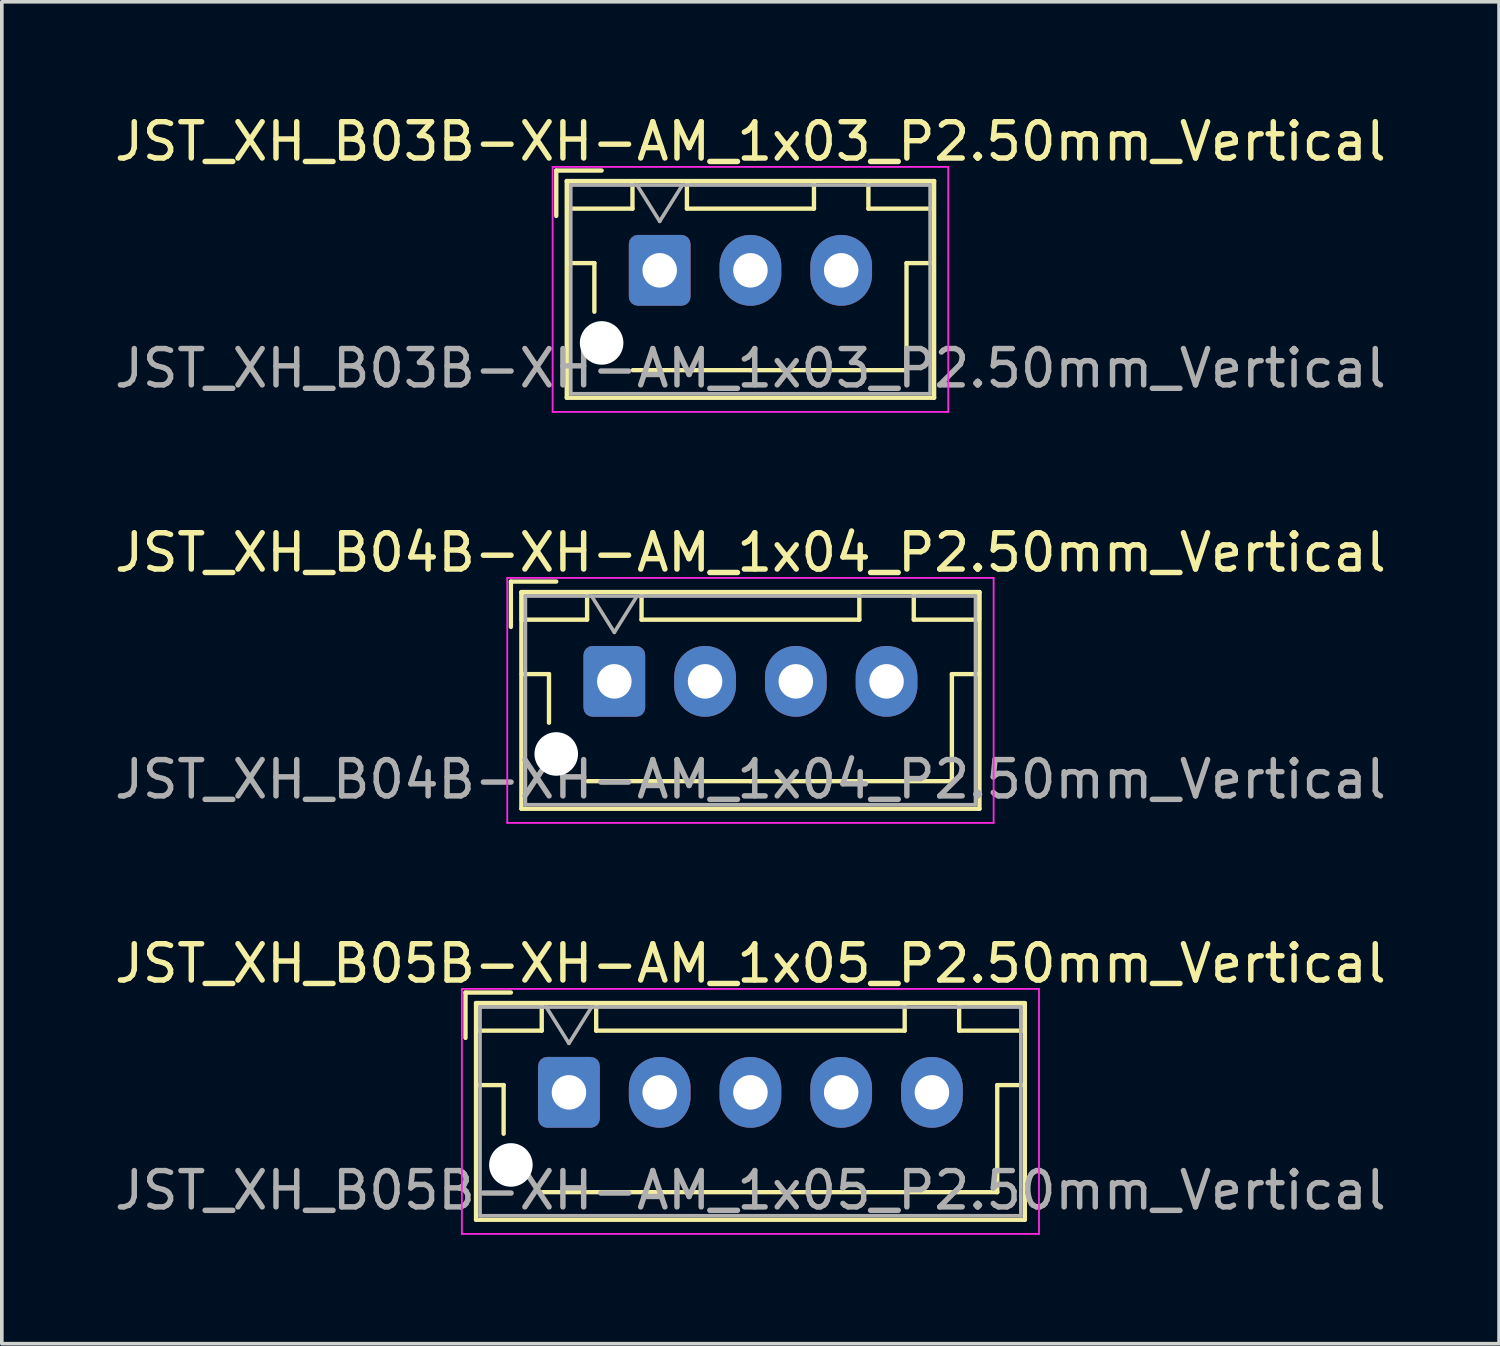
<source format=kicad_pcb>
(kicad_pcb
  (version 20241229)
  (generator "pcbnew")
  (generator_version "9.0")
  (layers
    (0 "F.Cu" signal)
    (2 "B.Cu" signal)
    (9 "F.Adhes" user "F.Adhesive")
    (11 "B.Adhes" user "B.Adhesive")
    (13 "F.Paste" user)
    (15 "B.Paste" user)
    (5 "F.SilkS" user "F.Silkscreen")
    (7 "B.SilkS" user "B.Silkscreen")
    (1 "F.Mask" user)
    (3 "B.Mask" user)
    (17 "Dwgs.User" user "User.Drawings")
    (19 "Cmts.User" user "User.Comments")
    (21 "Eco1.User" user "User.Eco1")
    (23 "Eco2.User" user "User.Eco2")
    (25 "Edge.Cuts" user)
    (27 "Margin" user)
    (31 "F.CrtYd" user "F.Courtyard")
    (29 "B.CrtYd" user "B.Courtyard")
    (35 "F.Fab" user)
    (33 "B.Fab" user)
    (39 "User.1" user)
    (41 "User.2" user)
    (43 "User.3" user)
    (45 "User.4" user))
  (footprint "JST_XH_B03B-XH-AM_1x03_P2.50mm_Vertical"
    (layer "F.Cu")
    (at 15.125 4.398)
    (property "Reference" "JST_XH_B03B-XH-AM_1x03_P2.50mm_Vertical" (at 2.5 -3.55 0) (layer "F.SilkS") (effects (font (size 1 1) (thickness 0.15))))
    (attr through_hole)
    (fp_line (start -2.85 -2.75) (end -2.85 -1.5) (stroke (width 0.12) (type solid)) (layer "F.SilkS"))
    (fp_line (start -2.56 -2.46) (end -2.56 3.51) (stroke (width 0.12) (type solid)) (layer "F.SilkS"))
    (fp_line (start -2.56 3.51) (end 7.56 3.51) (stroke (width 0.12) (type solid)) (layer "F.SilkS"))
    (fp_line (start -2.55 -2.45) (end -2.55 -1.7) (stroke (width 0.12) (type solid)) (layer "F.SilkS"))
    (fp_line (start -2.55 -1.7) (end -0.75 -1.7) (stroke (width 0.12) (type solid)) (layer "F.SilkS"))
    (fp_line (start -2.55 -0.2) (end -1.8 -0.2) (stroke (width 0.12) (type solid)) (layer "F.SilkS"))
    (fp_line (start -1.8 -0.2) (end -1.8 1.14) (stroke (width 0.12) (type solid)) (layer "F.SilkS"))
    (fp_line (start -1.6 -2.75) (end -2.85 -2.75) (stroke (width 0.12) (type solid)) (layer "F.SilkS"))
    (fp_line (start -0.75 -2.45) (end -2.55 -2.45) (stroke (width 0.12) (type solid)) (layer "F.SilkS"))
    (fp_line (start -0.75 -1.7) (end -0.75 -2.45) (stroke (width 0.12) (type solid)) (layer "F.SilkS"))
    (fp_line (start 0.75 -2.45) (end 0.75 -1.7) (stroke (width 0.12) (type solid)) (layer "F.SilkS"))
    (fp_line (start 0.75 -1.7) (end 4.25 -1.7) (stroke (width 0.12) (type solid)) (layer "F.SilkS"))
    (fp_line (start 2.5 2.75) (end -0.74 2.75) (stroke (width 0.12) (type solid)) (layer "F.SilkS"))
    (fp_line (start 4.25 -2.45) (end 0.75 -2.45) (stroke (width 0.12) (type solid)) (layer "F.SilkS"))
    (fp_line (start 4.25 -1.7) (end 4.25 -2.45) (stroke (width 0.12) (type solid)) (layer "F.SilkS"))
    (fp_line (start 5.75 -2.45) (end 5.75 -1.7) (stroke (width 0.12) (type solid)) (layer "F.SilkS"))
    (fp_line (start 5.75 -1.7) (end 7.55 -1.7) (stroke (width 0.12) (type solid)) (layer "F.SilkS"))
    (fp_line (start 6.8 -0.2) (end 6.8 2.75) (stroke (width 0.12) (type solid)) (layer "F.SilkS"))
    (fp_line (start 6.8 2.75) (end 2.5 2.75) (stroke (width 0.12) (type solid)) (layer "F.SilkS"))
    (fp_line (start 7.55 -2.45) (end 5.75 -2.45) (stroke (width 0.12) (type solid)) (layer "F.SilkS"))
    (fp_line (start 7.55 -1.7) (end 7.55 -2.45) (stroke (width 0.12) (type solid)) (layer "F.SilkS"))
    (fp_line (start 7.55 -0.2) (end 6.8 -0.2) (stroke (width 0.12) (type solid)) (layer "F.SilkS"))
    (fp_line (start 7.56 -2.46) (end -2.56 -2.46) (stroke (width 0.12) (type solid)) (layer "F.SilkS"))
    (fp_line (start 7.56 3.51) (end 7.56 -2.46) (stroke (width 0.12) (type solid)) (layer "F.SilkS"))
    (fp_line (start -2.95 -2.85) (end -2.95 3.9) (stroke (width 0.05) (type solid)) (layer "F.CrtYd"))
    (fp_line (start -2.95 3.9) (end 7.95 3.9) (stroke (width 0.05) (type solid)) (layer "F.CrtYd"))
    (fp_line (start 7.95 -2.85) (end -2.95 -2.85) (stroke (width 0.05) (type solid)) (layer "F.CrtYd"))
    (fp_line (start 7.95 3.9) (end 7.95 -2.85) (stroke (width 0.05) (type solid)) (layer "F.CrtYd"))
    (fp_line (start -2.45 -2.35) (end -2.45 3.4) (stroke (width 0.1) (type solid)) (layer "F.Fab"))
    (fp_line (start -2.45 3.4) (end 7.45 3.4) (stroke (width 0.1) (type solid)) (layer "F.Fab"))
    (fp_line (start -0.625 -2.35) (end 0 -1.35) (stroke (width 0.1) (type solid)) (layer "F.Fab"))
    (fp_line (start 0 -1.35) (end 0.625 -2.35) (stroke (width 0.1) (type solid)) (layer "F.Fab"))
    (fp_line (start 7.45 -2.35) (end -2.45 -2.35) (stroke (width 0.1) (type solid)) (layer "F.Fab"))
    (fp_line (start 7.45 3.4) (end 7.45 -2.35) (stroke (width 0.1) (type solid)) (layer "F.Fab"))
    (fp_text user "${REFERENCE}" (at 2.5 2.7 0) (layer "F.Fab") (effects (font (size 1 1) (thickness 0.15))))
    (pad "" np_thru_hole circle (at -1.6 2) (size 1.2 1.2) (drill 1.2) (layers "*.Cu" "*.Mask"))
    (pad "1" thru_hole roundrect (at 0 0) (size 1.7 1.95) (drill 0.95) (layers "*.Cu" "*.Mask") (roundrect_rratio 0.147))
    (pad "2" thru_hole oval (at 2.5 0) (size 1.7 1.95) (drill 0.95) (layers "*.Cu" "*.Mask"))
    (pad "3" thru_hole oval (at 5 0) (size 1.7 1.95) (drill 0.95) (layers "*.Cu" "*.Mask")))
  (footprint "JST_XH_B04B-XH-AM_1x04_P2.50mm_Vertical"
    (layer "F.Cu")
    (at 13.875 15.722)
    (property "Reference" "JST_XH_B04B-XH-AM_1x04_P2.50mm_Vertical" (at 3.75 -3.55 0) (layer "F.SilkS") (effects (font (size 1 1) (thickness 0.15))))
    (attr through_hole)
    (fp_line (start -2.85 -2.75) (end -2.85 -1.5) (stroke (width 0.12) (type solid)) (layer "F.SilkS"))
    (fp_line (start -2.56 -2.46) (end -2.56 3.51) (stroke (width 0.12) (type solid)) (layer "F.SilkS"))
    (fp_line (start -2.56 3.51) (end 10.06 3.51) (stroke (width 0.12) (type solid)) (layer "F.SilkS"))
    (fp_line (start -2.55 -2.45) (end -2.55 -1.7) (stroke (width 0.12) (type solid)) (layer "F.SilkS"))
    (fp_line (start -2.55 -1.7) (end -0.75 -1.7) (stroke (width 0.12) (type solid)) (layer "F.SilkS"))
    (fp_line (start -2.55 -0.2) (end -1.8 -0.2) (stroke (width 0.12) (type solid)) (layer "F.SilkS"))
    (fp_line (start -1.8 -0.2) (end -1.8 1.14) (stroke (width 0.12) (type solid)) (layer "F.SilkS"))
    (fp_line (start -1.6 -2.75) (end -2.85 -2.75) (stroke (width 0.12) (type solid)) (layer "F.SilkS"))
    (fp_line (start -0.75 -2.45) (end -2.55 -2.45) (stroke (width 0.12) (type solid)) (layer "F.SilkS"))
    (fp_line (start -0.75 -1.7) (end -0.75 -2.45) (stroke (width 0.12) (type solid)) (layer "F.SilkS"))
    (fp_line (start 0.75 -2.45) (end 0.75 -1.7) (stroke (width 0.12) (type solid)) (layer "F.SilkS"))
    (fp_line (start 0.75 -1.7) (end 6.75 -1.7) (stroke (width 0.12) (type solid)) (layer "F.SilkS"))
    (fp_line (start 3.75 2.75) (end -0.74 2.75) (stroke (width 0.12) (type solid)) (layer "F.SilkS"))
    (fp_line (start 6.75 -2.45) (end 0.75 -2.45) (stroke (width 0.12) (type solid)) (layer "F.SilkS"))
    (fp_line (start 6.75 -1.7) (end 6.75 -2.45) (stroke (width 0.12) (type solid)) (layer "F.SilkS"))
    (fp_line (start 8.25 -2.45) (end 8.25 -1.7) (stroke (width 0.12) (type solid)) (layer "F.SilkS"))
    (fp_line (start 8.25 -1.7) (end 10.05 -1.7) (stroke (width 0.12) (type solid)) (layer "F.SilkS"))
    (fp_line (start 9.3 -0.2) (end 9.3 2.75) (stroke (width 0.12) (type solid)) (layer "F.SilkS"))
    (fp_line (start 9.3 2.75) (end 3.75 2.75) (stroke (width 0.12) (type solid)) (layer "F.SilkS"))
    (fp_line (start 10.05 -2.45) (end 8.25 -2.45) (stroke (width 0.12) (type solid)) (layer "F.SilkS"))
    (fp_line (start 10.05 -1.7) (end 10.05 -2.45) (stroke (width 0.12) (type solid)) (layer "F.SilkS"))
    (fp_line (start 10.05 -0.2) (end 9.3 -0.2) (stroke (width 0.12) (type solid)) (layer "F.SilkS"))
    (fp_line (start 10.06 -2.46) (end -2.56 -2.46) (stroke (width 0.12) (type solid)) (layer "F.SilkS"))
    (fp_line (start 10.06 3.51) (end 10.06 -2.46) (stroke (width 0.12) (type solid)) (layer "F.SilkS"))
    (fp_line (start -2.95 -2.85) (end -2.95 3.9) (stroke (width 0.05) (type solid)) (layer "F.CrtYd"))
    (fp_line (start -2.95 3.9) (end 10.45 3.9) (stroke (width 0.05) (type solid)) (layer "F.CrtYd"))
    (fp_line (start 10.45 -2.85) (end -2.95 -2.85) (stroke (width 0.05) (type solid)) (layer "F.CrtYd"))
    (fp_line (start 10.45 3.9) (end 10.45 -2.85) (stroke (width 0.05) (type solid)) (layer "F.CrtYd"))
    (fp_line (start -2.45 -2.35) (end -2.45 3.4) (stroke (width 0.1) (type solid)) (layer "F.Fab"))
    (fp_line (start -2.45 3.4) (end 9.95 3.4) (stroke (width 0.1) (type solid)) (layer "F.Fab"))
    (fp_line (start -0.625 -2.35) (end 0 -1.35) (stroke (width 0.1) (type solid)) (layer "F.Fab"))
    (fp_line (start 0 -1.35) (end 0.625 -2.35) (stroke (width 0.1) (type solid)) (layer "F.Fab"))
    (fp_line (start 9.95 -2.35) (end -2.45 -2.35) (stroke (width 0.1) (type solid)) (layer "F.Fab"))
    (fp_line (start 9.95 3.4) (end 9.95 -2.35) (stroke (width 0.1) (type solid)) (layer "F.Fab"))
    (fp_text user "${REFERENCE}" (at 3.75 2.7 0) (layer "F.Fab") (effects (font (size 1 1) (thickness 0.15))))
    (pad "" np_thru_hole circle (at -1.6 2) (size 1.2 1.2) (drill 1.2) (layers "*.Cu" "*.Mask"))
    (pad "1" thru_hole roundrect (at 0 0) (size 1.7 1.95) (drill 0.95) (layers "*.Cu" "*.Mask") (roundrect_rratio 0.147))
    (pad "2" thru_hole oval (at 2.5 0) (size 1.7 1.95) (drill 0.95) (layers "*.Cu" "*.Mask"))
    (pad "3" thru_hole oval (at 5 0) (size 1.7 1.95) (drill 0.95) (layers "*.Cu" "*.Mask"))
    (pad "4" thru_hole oval (at 7.5 0) (size 1.7 1.95) (drill 0.95) (layers "*.Cu" "*.Mask")))
  (footprint "JST_XH_B05B-XH-AM_1x05_P2.50mm_Vertical"
    (layer "F.Cu")
    (at 12.625 27.045)
    (property "Reference" "JST_XH_B05B-XH-AM_1x05_P2.50mm_Vertical" (at 5 -3.55 0) (layer "F.SilkS") (effects (font (size 1 1) (thickness 0.15))))
    (attr through_hole)
    (fp_line (start -2.85 -2.75) (end -2.85 -1.5) (stroke (width 0.12) (type solid)) (layer "F.SilkS"))
    (fp_line (start -2.56 -2.46) (end -2.56 3.51) (stroke (width 0.12) (type solid)) (layer "F.SilkS"))
    (fp_line (start -2.56 3.51) (end 12.56 3.51) (stroke (width 0.12) (type solid)) (layer "F.SilkS"))
    (fp_line (start -2.55 -2.45) (end -2.55 -1.7) (stroke (width 0.12) (type solid)) (layer "F.SilkS"))
    (fp_line (start -2.55 -1.7) (end -0.75 -1.7) (stroke (width 0.12) (type solid)) (layer "F.SilkS"))
    (fp_line (start -2.55 -0.2) (end -1.8 -0.2) (stroke (width 0.12) (type solid)) (layer "F.SilkS"))
    (fp_line (start -1.8 -0.2) (end -1.8 1.14) (stroke (width 0.12) (type solid)) (layer "F.SilkS"))
    (fp_line (start -1.6 -2.75) (end -2.85 -2.75) (stroke (width 0.12) (type solid)) (layer "F.SilkS"))
    (fp_line (start -0.75 -2.45) (end -2.55 -2.45) (stroke (width 0.12) (type solid)) (layer "F.SilkS"))
    (fp_line (start -0.75 -1.7) (end -0.75 -2.45) (stroke (width 0.12) (type solid)) (layer "F.SilkS"))
    (fp_line (start 0.75 -2.45) (end 0.75 -1.7) (stroke (width 0.12) (type solid)) (layer "F.SilkS"))
    (fp_line (start 0.75 -1.7) (end 9.25 -1.7) (stroke (width 0.12) (type solid)) (layer "F.SilkS"))
    (fp_line (start 5 2.75) (end -0.74 2.75) (stroke (width 0.12) (type solid)) (layer "F.SilkS"))
    (fp_line (start 9.25 -2.45) (end 0.75 -2.45) (stroke (width 0.12) (type solid)) (layer "F.SilkS"))
    (fp_line (start 9.25 -1.7) (end 9.25 -2.45) (stroke (width 0.12) (type solid)) (layer "F.SilkS"))
    (fp_line (start 10.75 -2.45) (end 10.75 -1.7) (stroke (width 0.12) (type solid)) (layer "F.SilkS"))
    (fp_line (start 10.75 -1.7) (end 12.55 -1.7) (stroke (width 0.12) (type solid)) (layer "F.SilkS"))
    (fp_line (start 11.8 -0.2) (end 11.8 2.75) (stroke (width 0.12) (type solid)) (layer "F.SilkS"))
    (fp_line (start 11.8 2.75) (end 5 2.75) (stroke (width 0.12) (type solid)) (layer "F.SilkS"))
    (fp_line (start 12.55 -2.45) (end 10.75 -2.45) (stroke (width 0.12) (type solid)) (layer "F.SilkS"))
    (fp_line (start 12.55 -1.7) (end 12.55 -2.45) (stroke (width 0.12) (type solid)) (layer "F.SilkS"))
    (fp_line (start 12.55 -0.2) (end 11.8 -0.2) (stroke (width 0.12) (type solid)) (layer "F.SilkS"))
    (fp_line (start 12.56 -2.46) (end -2.56 -2.46) (stroke (width 0.12) (type solid)) (layer "F.SilkS"))
    (fp_line (start 12.56 3.51) (end 12.56 -2.46) (stroke (width 0.12) (type solid)) (layer "F.SilkS"))
    (fp_line (start -2.95 -2.85) (end -2.95 3.9) (stroke (width 0.05) (type solid)) (layer "F.CrtYd"))
    (fp_line (start -2.95 3.9) (end 12.95 3.9) (stroke (width 0.05) (type solid)) (layer "F.CrtYd"))
    (fp_line (start 12.95 -2.85) (end -2.95 -2.85) (stroke (width 0.05) (type solid)) (layer "F.CrtYd"))
    (fp_line (start 12.95 3.9) (end 12.95 -2.85) (stroke (width 0.05) (type solid)) (layer "F.CrtYd"))
    (fp_line (start -2.45 -2.35) (end -2.45 3.4) (stroke (width 0.1) (type solid)) (layer "F.Fab"))
    (fp_line (start -2.45 3.4) (end 12.45 3.4) (stroke (width 0.1) (type solid)) (layer "F.Fab"))
    (fp_line (start -0.625 -2.35) (end 0 -1.35) (stroke (width 0.1) (type solid)) (layer "F.Fab"))
    (fp_line (start 0 -1.35) (end 0.625 -2.35) (stroke (width 0.1) (type solid)) (layer "F.Fab"))
    (fp_line (start 12.45 -2.35) (end -2.45 -2.35) (stroke (width 0.1) (type solid)) (layer "F.Fab"))
    (fp_line (start 12.45 3.4) (end 12.45 -2.35) (stroke (width 0.1) (type solid)) (layer "F.Fab"))
    (fp_text user "${REFERENCE}" (at 5 2.7 0) (layer "F.Fab") (effects (font (size 1 1) (thickness 0.15))))
    (pad "" np_thru_hole circle (at -1.6 2) (size 1.2 1.2) (drill 1.2) (layers "*.Cu" "*.Mask"))
    (pad "1" thru_hole roundrect (at 0 0) (size 1.7 1.95) (drill 0.95) (layers "*.Cu" "*.Mask") (roundrect_rratio 0.147))
    (pad "2" thru_hole oval (at 2.5 0) (size 1.7 1.95) (drill 0.95) (layers "*.Cu" "*.Mask"))
    (pad "3" thru_hole oval (at 5 0) (size 1.7 1.95) (drill 0.95) (layers "*.Cu" "*.Mask"))
    (pad "4" thru_hole oval (at 7.5 0) (size 1.7 1.95) (drill 0.95) (layers "*.Cu" "*.Mask"))
    (pad "5" thru_hole oval (at 10 0) (size 1.7 1.95) (drill 0.95) (layers "*.Cu" "*.Mask")))
  (gr_rect
    (start -3 -3)
    (end 38.25 33.97)
    (stroke (width 0.1) (type default))
    (fill no)
    (layer "Edge.Cuts")))
</source>
